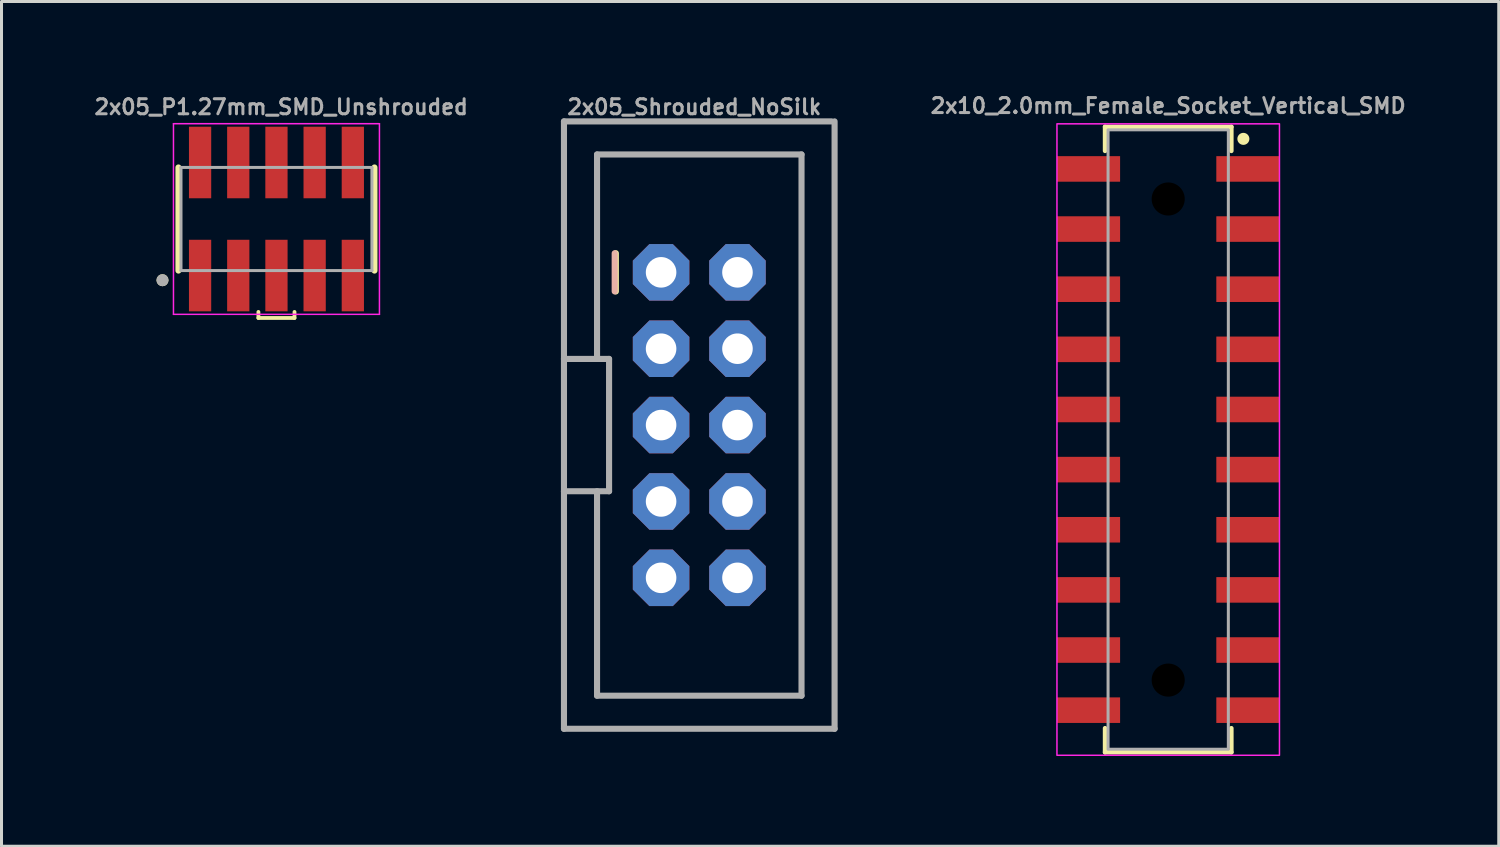
<source format=kicad_pcb>
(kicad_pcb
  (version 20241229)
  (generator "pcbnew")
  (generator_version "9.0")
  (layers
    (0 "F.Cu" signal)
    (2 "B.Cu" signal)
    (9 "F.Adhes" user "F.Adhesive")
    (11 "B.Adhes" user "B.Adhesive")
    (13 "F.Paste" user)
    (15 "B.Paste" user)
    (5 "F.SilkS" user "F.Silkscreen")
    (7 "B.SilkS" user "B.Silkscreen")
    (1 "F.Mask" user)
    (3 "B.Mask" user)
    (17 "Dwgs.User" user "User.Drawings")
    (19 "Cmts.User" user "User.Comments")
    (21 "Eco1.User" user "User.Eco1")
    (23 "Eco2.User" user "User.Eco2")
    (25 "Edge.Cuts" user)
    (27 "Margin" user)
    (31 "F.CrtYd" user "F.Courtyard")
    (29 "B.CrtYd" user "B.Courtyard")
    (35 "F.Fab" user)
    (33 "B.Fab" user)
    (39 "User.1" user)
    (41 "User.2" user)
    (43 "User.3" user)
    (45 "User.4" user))
  (footprint "2x05_P1.27mm_SMD_Unshrouded"
    (layer "F.Cu")
    (at 6.144 4.234)
    (property "Reference" "2x05_P1.27mm_SMD_Unshrouded" (at 0.158 -3.434 0) (unlocked yes) (layer "F.Fab") (effects (font (size 0.5 0.5) (thickness 0.1) (bold yes)) (justify bottom)))
    (attr smd)
    (fp_line (start -3.26 -1.715) (end -3.26 1.715) (stroke (width 0.2) (type solid)) (layer "F.SilkS"))
    (fp_line (start -0.6 3.09) (end -0.6 3.29) (stroke (width 0.127) (type solid)) (layer "F.SilkS"))
    (fp_line (start -0.6 3.29) (end 0.6 3.29) (stroke (width 0.127) (type solid)) (layer "F.SilkS"))
    (fp_line (start 0.6 3.29) (end 0.6 3.09) (stroke (width 0.127) (type solid)) (layer "F.SilkS"))
    (fp_line (start 3.26 1.715) (end 3.26 -1.715) (stroke (width 0.2) (type solid)) (layer "F.SilkS"))
    (fp_circle (center -3.79 2.035) (end -3.69 2.035) (stroke (width 0.2) (type solid)) (fill no) (layer "F.SilkS"))
    (fp_line (start -3.425 -3.17) (end 3.425 -3.17) (stroke (width 0.05) (type solid)) (layer "F.CrtYd"))
    (fp_line (start -3.425 3.17) (end -3.425 -3.17) (stroke (width 0.05) (type solid)) (layer "F.CrtYd"))
    (fp_line (start 3.425 -3.17) (end 3.425 3.17) (stroke (width 0.05) (type solid)) (layer "F.CrtYd"))
    (fp_line (start 3.425 3.17) (end -3.425 3.17) (stroke (width 0.05) (type solid)) (layer "F.CrtYd"))
    (fp_line (start -3.175 1.715) (end -3.175 -1.715) (stroke (width 0.1) (type solid)) (layer "F.Fab"))
    (fp_line (start -3.175 1.715) (end 3.175 1.715) (stroke (width 0.1) (type solid)) (layer "F.Fab"))
    (fp_line (start 3.175 -1.715) (end -3.175 -1.715) (stroke (width 0.1) (type solid)) (layer "F.Fab"))
    (fp_line (start 3.175 1.715) (end 3.175 -1.715) (stroke (width 0.1) (type solid)) (layer "F.Fab"))
    (fp_circle (center -3.79 2.035) (end -3.69 2.035) (stroke (width 0.2) (type solid)) (fill no) (layer "F.Fab"))
    (pad "1" smd rect (at -2.54 1.88) (size 0.74 2.38) (layers "F.Cu" "F.Mask" "F.Paste"))
    (pad "2" smd rect (at -2.54 -1.88) (size 0.74 2.38) (layers "F.Cu" "F.Mask" "F.Paste"))
    (pad "3" smd rect (at -1.27 1.88) (size 0.74 2.38) (layers "F.Cu" "F.Mask" "F.Paste"))
    (pad "4" smd rect (at -1.27 -1.88) (size 0.74 2.38) (layers "F.Cu" "F.Mask" "F.Paste"))
    (pad "5" smd rect (at 0 1.88) (size 0.74 2.38) (layers "F.Cu" "F.Mask" "F.Paste"))
    (pad "6" smd rect (at 0 -1.88) (size 0.74 2.38) (layers "F.Cu" "F.Mask" "F.Paste"))
    (pad "7" smd rect (at 1.27 1.88) (size 0.74 2.38) (layers "F.Cu" "F.Mask" "F.Paste"))
    (pad "8" smd rect (at 1.27 -1.88) (size 0.74 2.38) (layers "F.Cu" "F.Mask" "F.Paste"))
    (pad "9" smd rect (at 2.54 1.88) (size 0.74 2.38) (layers "F.Cu" "F.Mask" "F.Paste"))
    (pad "10" smd rect (at 2.54 -1.88) (size 0.74 2.38) (layers "F.Cu" "F.Mask" "F.Paste")))
  (footprint "2x10_2.0mm_Female_Socket_Vertical_SMD"
    (layer "F.Cu")
    (at 35.801 11.568)
    (property "Reference" "2x10_2.0mm_Female_Socket_Vertical_SMD" (at 0 -11.1 0) (unlocked yes) (layer "F.Fab") (effects (font (size 0.5 0.5) (thickness 0.1))))
    (attr smd)
    (fp_line (start -2.1 -10.4) (end 2.1 -10.4) (stroke (width 0.15) (type default)) (layer "F.SilkS"))
    (fp_line (start -2.1 -9.6) (end -2.1 -10.4) (stroke (width 0.15) (type default)) (layer "F.SilkS"))
    (fp_line (start -2.1 10.4) (end -2.1 9.6) (stroke (width 0.15) (type default)) (layer "F.SilkS"))
    (fp_line (start 2.1 -10.4) (end 2.1 -9.6) (stroke (width 0.15) (type default)) (layer "F.SilkS"))
    (fp_line (start 2.1 9.6) (end 2.1 10.4) (stroke (width 0.15) (type default)) (layer "F.SilkS"))
    (fp_line (start 2.1 10.4) (end -2.1 10.4) (stroke (width 0.15) (type default)) (layer "F.SilkS"))
    (fp_circle (center 2.5 -10) (end 2.6 -10) (stroke (width 0.2) (type solid)) (fill yes) (layer "F.SilkS"))
    (fp_rect (start -3.7 -10.5) (end 3.7 10.5) (stroke (width 0.05) (type default)) (fill no) (layer "F.CrtYd"))
    (fp_rect (start -2 -10.3) (end 2 10.3) (stroke (width 0.1) (type default)) (fill no) (layer "F.Fab"))
    (pad "" np_thru_hole circle (at 0 -8) (size 1.1 1.1) (drill 1.1) (layers "*.Mask"))
    (pad "" np_thru_hole circle (at 0 8) (size 1.1 1.1) (drill 1.1) (layers "*.Mask"))
    (pad "1" smd rect (at 2.65 -9) (size 2.1 0.85) (layers "F.Cu" "F.Mask" "F.Paste"))
    (pad "2" smd rect (at -2.65 -9) (size 2.1 0.85) (layers "F.Cu" "F.Mask" "F.Paste"))
    (pad "3" smd rect (at 2.65 -7) (size 2.1 0.85) (layers "F.Cu" "F.Mask" "F.Paste"))
    (pad "4" smd rect (at -2.65 -7) (size 2.1 0.85) (layers "F.Cu" "F.Mask" "F.Paste"))
    (pad "5" smd rect (at 2.65 -5) (size 2.1 0.85) (layers "F.Cu" "F.Mask" "F.Paste"))
    (pad "6" smd rect (at -2.65 -5) (size 2.1 0.85) (layers "F.Cu" "F.Mask" "F.Paste"))
    (pad "7" smd rect (at 2.65 -3) (size 2.1 0.85) (layers "F.Cu" "F.Mask" "F.Paste"))
    (pad "8" smd rect (at -2.65 -3) (size 2.1 0.85) (layers "F.Cu" "F.Mask" "F.Paste"))
    (pad "9" smd rect (at 2.65 -1) (size 2.1 0.85) (layers "F.Cu" "F.Mask" "F.Paste"))
    (pad "10" smd rect (at -2.65 -1) (size 2.1 0.85) (layers "F.Cu" "F.Mask" "F.Paste"))
    (pad "11" smd rect (at 2.65 1) (size 2.1 0.85) (layers "F.Cu" "F.Mask" "F.Paste"))
    (pad "12" smd rect (at -2.65 1) (size 2.1 0.85) (layers "F.Cu" "F.Mask" "F.Paste"))
    (pad "13" smd rect (at 2.65 3) (size 2.1 0.85) (layers "F.Cu" "F.Mask" "F.Paste"))
    (pad "14" smd rect (at -2.65 3) (size 2.1 0.85) (layers "F.Cu" "F.Mask" "F.Paste"))
    (pad "15" smd rect (at 2.65 5) (size 2.1 0.85) (layers "F.Cu" "F.Mask" "F.Paste"))
    (pad "16" smd rect (at -2.65 5) (size 2.1 0.85) (layers "F.Cu" "F.Mask" "F.Paste"))
    (pad "17" smd rect (at 2.65 7) (size 2.1 0.85) (layers "F.Cu" "F.Mask" "F.Paste"))
    (pad "18" smd rect (at -2.65 7) (size 2.1 0.85) (layers "F.Cu" "F.Mask" "F.Paste"))
    (pad "19" smd rect (at 2.65 9) (size 2.1 0.85) (layers "F.Cu" "F.Mask" "F.Paste"))
    (pad "20" smd rect (at -2.65 9) (size 2.1 0.85) (layers "F.Cu" "F.Mask" "F.Paste")))
  (footprint "2x05_Shrouded_NoSilk"
    (layer "F.Cu")
    (at 20.206 11.087)
    (property "Reference" "2x05_Shrouded_NoSilk" (at -4.445 -10.287 0) (layer "F.Fab") (effects (font (size 0.5 0.5) (thickness 0.1)) (justify left bottom)))
    (fp_line (start -2.775 -5.715) (end -2.775 -4.445) (stroke (width 0.203) (type solid)) (layer "F.SilkS"))
    (fp_line (start -2.813 -5.715) (end -2.813 -4.445) (stroke (width 0.203) (type solid)) (layer "B.SilkS"))
    (fp_line (start -4.5 -10.1) (end 4.4 -10.1) (stroke (width 0.203) (type solid)) (layer "F.Fab"))
    (fp_line (start -4.5 -2.2) (end -4.5 -10.1) (stroke (width 0.203) (type solid)) (layer "F.Fab"))
    (fp_line (start -4.5 -2.2) (end -3 -2.2) (stroke (width 0.203) (type solid)) (layer "F.Fab"))
    (fp_line (start -4.5 2.2) (end -4.5 -2.2) (stroke (width 0.203) (type solid)) (layer "F.Fab"))
    (fp_line (start -4.5 10.1) (end -4.5 2.2) (stroke (width 0.203) (type solid)) (layer "F.Fab"))
    (fp_line (start -3.4 -9) (end -3.4 -2.2) (stroke (width 0.203) (type solid)) (layer "F.Fab"))
    (fp_line (start -3.4 -9) (end 3.4 -9) (stroke (width 0.203) (type solid)) (layer "F.Fab"))
    (fp_line (start -3.4 9) (end -3.4 2.2) (stroke (width 0.203) (type solid)) (layer "F.Fab"))
    (fp_line (start -3.4 9) (end 3.4 9) (stroke (width 0.203) (type solid)) (layer "F.Fab"))
    (fp_line (start -3 -2.2) (end -3 2.2) (stroke (width 0.203) (type solid)) (layer "F.Fab"))
    (fp_line (start -3 2.2) (end -4.5 2.2) (stroke (width 0.203) (type solid)) (layer "F.Fab"))
    (fp_line (start 3.4 -9) (end 3.4 9) (stroke (width 0.203) (type solid)) (layer "F.Fab"))
    (fp_line (start 4.5 -10.1) (end 4.5 10.1) (stroke (width 0.203) (type solid)) (layer "F.Fab"))
    (fp_line (start 4.5 10.1) (end -4.5 10.1) (stroke (width 0.203) (type solid)) (layer "F.Fab"))
    (fp_poly (pts (xy -1.524 -4.826) (xy -1.016 -4.826) (xy -1.016 -5.334) (xy -1.524 -5.334)) (stroke (width 0.1) (type default)) (fill no) (layer "F.Fab"))
    (fp_poly (pts (xy -1.524 -2.286) (xy -1.016 -2.286) (xy -1.016 -2.794) (xy -1.524 -2.794)) (stroke (width 0.1) (type default)) (fill no) (layer "F.Fab"))
    (fp_poly (pts (xy -1.524 0.254) (xy -1.016 0.254) (xy -1.016 -0.254) (xy -1.524 -0.254)) (stroke (width 0.1) (type default)) (fill no) (layer "F.Fab"))
    (fp_poly (pts (xy -1.524 2.794) (xy -1.016 2.794) (xy -1.016 2.286) (xy -1.524 2.286)) (stroke (width 0.1) (type default)) (fill no) (layer "F.Fab"))
    (fp_poly (pts (xy -1.524 2.794) (xy -1.016 2.794) (xy -1.016 2.286) (xy -1.524 2.286)) (stroke (width 0.1) (type default)) (fill no) (layer "F.Fab"))
    (fp_poly (pts (xy -1.524 5.334) (xy -1.016 5.334) (xy -1.016 4.826) (xy -1.524 4.826)) (stroke (width 0.1) (type default)) (fill no) (layer "F.Fab"))
    (fp_poly (pts (xy 1.016 -4.826) (xy 1.524 -4.826) (xy 1.524 -5.334) (xy 1.016 -5.334)) (stroke (width 0.1) (type default)) (fill no) (layer "F.Fab"))
    (fp_poly (pts (xy 1.016 -2.286) (xy 1.524 -2.286) (xy 1.524 -2.794) (xy 1.016 -2.794)) (stroke (width 0.1) (type default)) (fill no) (layer "F.Fab"))
    (fp_poly (pts (xy 1.016 0.254) (xy 1.524 0.254) (xy 1.524 -0.254) (xy 1.016 -0.254)) (stroke (width 0.1) (type default)) (fill no) (layer "F.Fab"))
    (fp_poly (pts (xy 1.016 2.794) (xy 1.524 2.794) (xy 1.524 2.286) (xy 1.016 2.286)) (stroke (width 0.1) (type default)) (fill no) (layer "F.Fab"))
    (fp_poly (pts (xy 1.016 2.794) (xy 1.524 2.794) (xy 1.524 2.286) (xy 1.016 2.286)) (stroke (width 0.1) (type default)) (fill no) (layer "F.Fab"))
    (fp_poly (pts (xy 1.016 5.334) (xy 1.524 5.334) (xy 1.524 4.826) (xy 1.016 4.826)) (stroke (width 0.1) (type default)) (fill no) (layer "F.Fab"))
    (pad "1" thru_hole roundrect (at -1.27 -5.08 270) (size 1.88 1.88) (drill 1.016) (layers "*.Cu" "*.Mask") (roundrect_rratio 0.25) (chamfer_ratio 0.293) (chamfer top_left top_right bottom_left bottom_right))
    (pad "2" thru_hole roundrect (at 1.27 -5.08 270) (size 1.88 1.88) (drill 1.016) (layers "*.Cu" "*.Mask") (roundrect_rratio 0.25) (chamfer_ratio 0.293) (chamfer top_left top_right bottom_left bottom_right))
    (pad "3" thru_hole roundrect (at -1.27 -2.54 270) (size 1.88 1.88) (drill 1.016) (layers "*.Cu" "*.Mask") (roundrect_rratio 0.25) (chamfer_ratio 0.293) (chamfer top_left top_right bottom_left bottom_right))
    (pad "4" thru_hole roundrect (at 1.27 -2.54 270) (size 1.88 1.88) (drill 1.016) (layers "*.Cu" "*.Mask") (roundrect_rratio 0.25) (chamfer_ratio 0.293) (chamfer top_left top_right bottom_left bottom_right))
    (pad "5" thru_hole roundrect (at -1.27 0 270) (size 1.88 1.88) (drill 1.016) (layers "*.Cu" "*.Mask") (roundrect_rratio 0.25) (chamfer_ratio 0.293) (chamfer top_left top_right bottom_left bottom_right))
    (pad "6" thru_hole roundrect (at 1.27 0 270) (size 1.88 1.88) (drill 1.016) (layers "*.Cu" "*.Mask") (roundrect_rratio 0.25) (chamfer_ratio 0.293) (chamfer top_left top_right bottom_left bottom_right))
    (pad "7" thru_hole roundrect (at -1.27 2.54 270) (size 1.88 1.88) (drill 1.016) (layers "*.Cu" "*.Mask") (roundrect_rratio 0.25) (chamfer_ratio 0.293) (chamfer top_left top_right bottom_left bottom_right))
    (pad "8" thru_hole roundrect (at 1.27 2.54 270) (size 1.88 1.88) (drill 1.016) (layers "*.Cu" "*.Mask") (roundrect_rratio 0.25) (chamfer_ratio 0.293) (chamfer top_left top_right bottom_left bottom_right))
    (pad "9" thru_hole roundrect (at -1.27 5.08 270) (size 1.88 1.88) (drill 1.016) (layers "*.Cu" "*.Mask") (roundrect_rratio 0.25) (chamfer_ratio 0.293) (chamfer top_left top_right bottom_left bottom_right))
    (pad "10" thru_hole roundrect (at 1.27 5.08 270) (size 1.88 1.88) (drill 1.016) (layers "*.Cu" "*.Mask") (roundrect_rratio 0.25) (chamfer_ratio 0.293) (chamfer top_left top_right bottom_left bottom_right)))
  (gr_rect
    (start -3 -3)
    (end 46.794 25.093)
    (stroke (width 0.1) (type default))
    (fill no)
    (layer "Edge.Cuts")))
</source>
